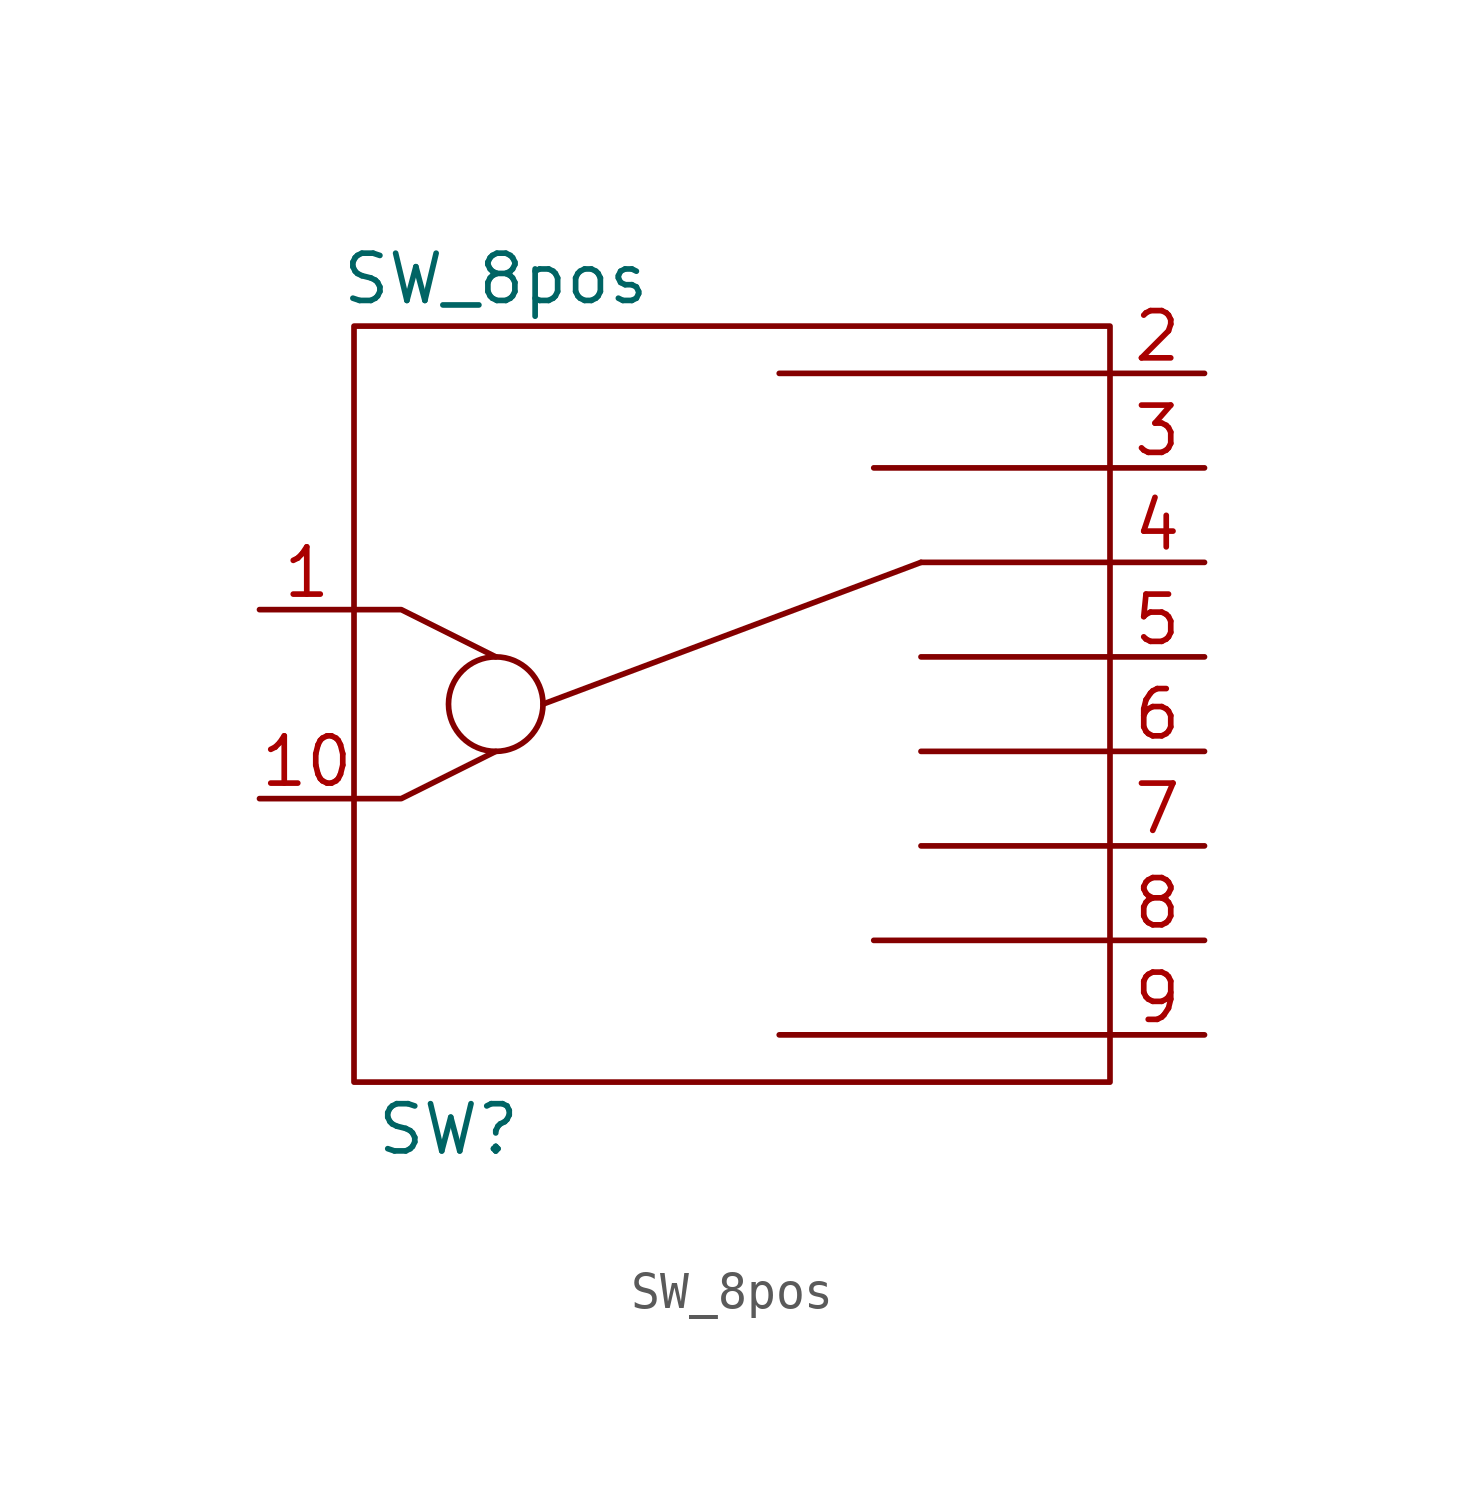
<source format=kicad_sym>
(kicad_symbol_lib
  (version 20211014)
  (generator kicad_symbol_editor)
  (symbol "SW_8pos"
    (pin_names
      (offset 1.016))
    (property "Reference" "SW"
      (at -7.62 -11.43 0)
      (effects (font (size 1.27 1.27))))
    (property "Value" "SW_8pos"
      (at -6.35 11.43 0)
      (effects (font (size 1.27 1.27))))
    (symbol "SW_8pos_0_1"
      (rectangle (start -10.16 10.16) (end 10.16 -10.16) (stroke (width 0) (type default) (color 0 0 0 0)) (fill (type none)))
      (circle (center -6.35 0) (radius 1.27) (stroke (width 0) (type default) (color 0 0 0 0)) (fill (type none)))
      (polyline (pts (xy -5.08 0) (xy 5.08 3.81)) (stroke (width 0) (type default) (color 0 0 0 0)) (fill (type none)))
      (polyline (pts (xy 10.16 -8.89) (xy 1.27 -8.89)) (stroke (width 0) (type default) (color 0 0 0 0)) (fill (type none)))
      (polyline (pts (xy 10.16 -6.35) (xy 3.81 -6.35)) (stroke (width 0) (type default) (color 0 0 0 0)) (fill (type none)))
      (polyline (pts (xy 10.16 -3.81) (xy 5.08 -3.81)) (stroke (width 0) (type default) (color 0 0 0 0)) (fill (type none)))
      (polyline (pts (xy 10.16 -1.27) (xy 5.08 -1.27)) (stroke (width 0) (type default) (color 0 0 0 0)) (fill (type none)))
      (polyline (pts (xy 10.16 1.27) (xy 5.08 1.27)) (stroke (width 0) (type default) (color 0 0 0 0)) (fill (type none)))
      (polyline (pts (xy 10.16 3.81) (xy 5.08 3.81)) (stroke (width 0) (type default) (color 0 0 0 0)) (fill (type none)))
      (polyline (pts (xy 10.16 6.35) (xy 3.81 6.35)) (stroke (width 0) (type default) (color 0 0 0 0)) (fill (type none)))
      (polyline (pts (xy 10.16 8.89) (xy 1.27 8.89)) (stroke (width 0) (type default) (color 0 0 0 0)) (fill (type none)))
      (polyline (pts (xy -10.16 -2.54) (xy -8.89 -2.54) (xy -6.35 -1.27)) (stroke (width 0) (type default) (color 0 0 0 0)) (fill (type none)))
      (polyline (pts (xy -10.16 2.54) (xy -8.89 2.54) (xy -6.35 1.27)) (stroke (width 0) (type default) (color 0 0 0 0)) (fill (type none))))
    (symbol "SW_8pos_1_1"
      (pin bidirectional line (at -12.7 2.54 0) (length 2.54) (name "~" (effects (font (size 1.27 1.27)))) (number "1" (effects (font (size 1.27 1.27)))))
      (pin bidirectional line (at -12.7 -2.54 0) (length 2.54) (name "~" (effects (font (size 1.27 1.27)))) (number "10" (effects (font (size 1.27 1.27)))))
      (pin bidirectional line (at 12.7 8.89 180) (length 2.54) (name "~" (effects (font (size 1.27 1.27)))) (number "2" (effects (font (size 1.27 1.27)))))
      (pin bidirectional line (at 12.7 6.35 180) (length 2.54) (name "~" (effects (font (size 1.27 1.27)))) (number "3" (effects (font (size 1.27 1.27)))))
      (pin bidirectional line (at 12.7 3.81 180) (length 2.54) (name "~" (effects (font (size 1.27 1.27)))) (number "4" (effects (font (size 1.27 1.27)))))
      (pin bidirectional line (at 12.7 1.27 180) (length 2.54) (name "~" (effects (font (size 1.27 1.27)))) (number "5" (effects (font (size 1.27 1.27)))))
      (pin bidirectional line (at 12.7 -1.27 180) (length 2.54) (name "~" (effects (font (size 1.27 1.27)))) (number "6" (effects (font (size 1.27 1.27)))))
      (pin bidirectional line (at 12.7 -3.81 180) (length 2.54) (name "~" (effects (font (size 1.27 1.27)))) (number "7" (effects (font (size 1.27 1.27)))))
      (pin bidirectional line (at 12.7 -6.35 180) (length 2.54) (name "~" (effects (font (size 1.27 1.27)))) (number "8" (effects (font (size 1.27 1.27)))))
      (pin bidirectional line (at 12.7 -8.89 180) (length 2.54) (name "~" (effects (font (size 1.27 1.27)))) (number "9" (effects (font (size 1.27 1.27))))))))
</source>
